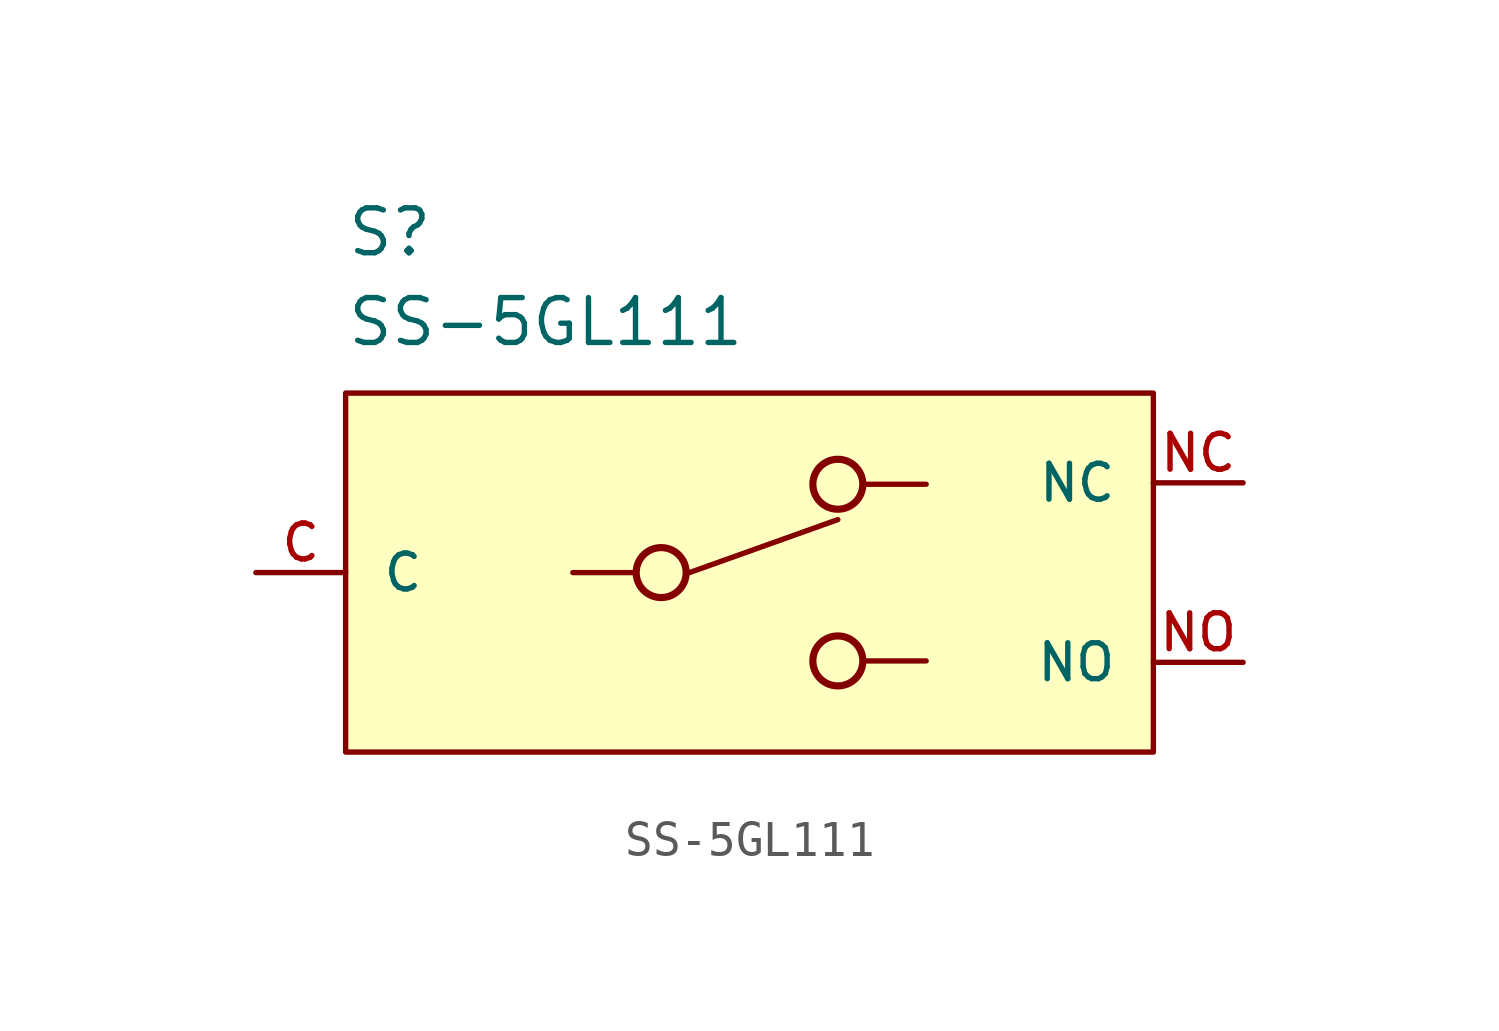
<source format=kicad_sym>
(kicad_symbol_lib
  (version 20211014)
  (generator kicad_symbol_editor)
  (symbol "SS-5GL111"
    (pin_names
      (offset 1.016))
    (property "Reference" "S"
      (at -11.43 8.89 0)
      (effects (font (size 1.27 1.27)) (justify bottom left)))
    (property "Value" "SS-5GL111"
      (at -11.43 6.35 0)
      (effects (font (size 1.27 1.27)) (justify bottom left)))
    (symbol "SS-5GL111_0_0"
      (polyline (pts (xy -5.0 0.0) (xy -3.2 0.0)) (stroke (width 0.152)))
      (polyline (pts (xy 5.0 2.5) (xy 3.3 2.5)) (stroke (width 0.152)))
      (polyline (pts (xy 5.0 -2.5) (xy 3.3 -2.5)) (stroke (width 0.152)))
      (polyline (pts (xy -1.7 0.0) (xy 2.5 1.5)) (stroke (width 0.152)))
      (circle (center -2.5 0.0) (radius 0.707) (stroke (width 0.203)) (fill (type none)))
      (circle (center 2.5 2.5) (radius 0.707) (stroke (width 0.203)) (fill (type none)))
      (circle (center 2.5 -2.5) (radius 0.707) (stroke (width 0.203)) (fill (type none)))
      (rectangle (start -11.43 -5.08) (end 11.43 5.08) (stroke (width 0.152)) (fill (type background)))
      (pin input line (at 13.97 -2.54 180.0) (length 2.54) (name "NO" (effects (font (size 1.016 1.016)))) (number "NO" (effects (font (size 1.016 1.016)))))
      (pin bidirectional line (at -13.97 0.0 0) (length 2.54) (name "C" (effects (font (size 1.016 1.016)))) (number "C" (effects (font (size 1.016 1.016)))))
      (pin bidirectional line (at 13.97 2.54 180.0) (length 2.54) (name "NC" (effects (font (size 1.016 1.016)))) (number "NC" (effects (font (size 1.016 1.016))))))))
</source>
